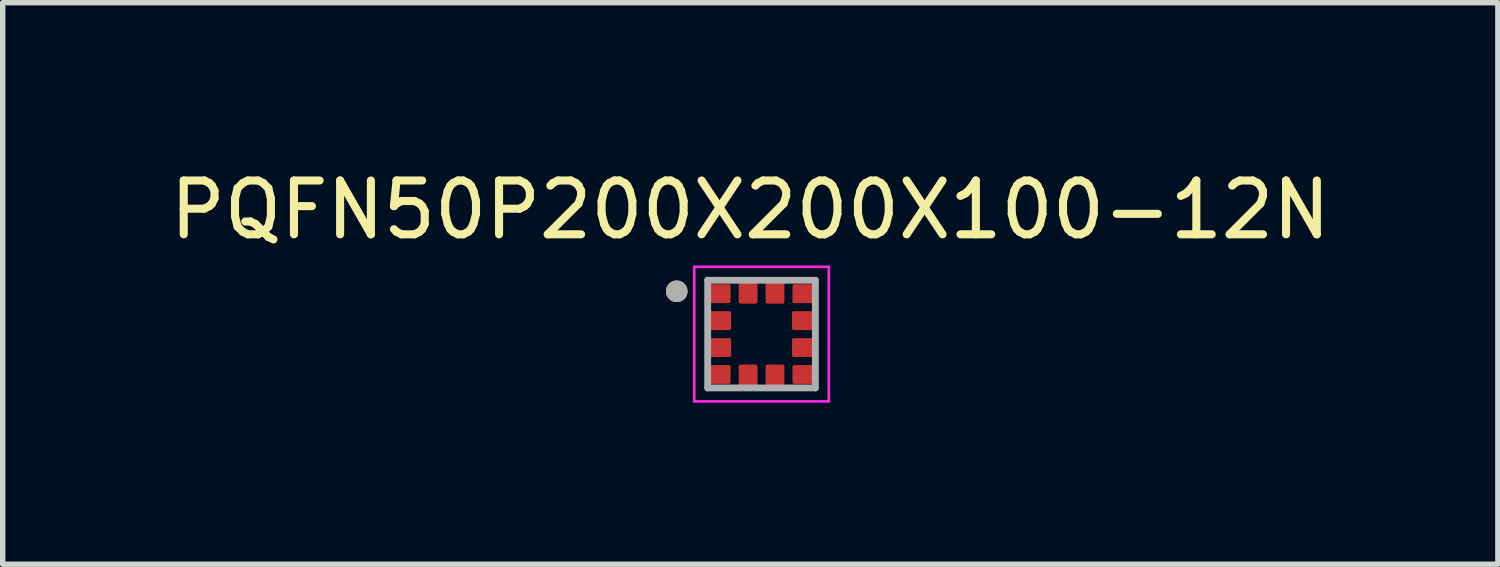
<source format=kicad_pcb>
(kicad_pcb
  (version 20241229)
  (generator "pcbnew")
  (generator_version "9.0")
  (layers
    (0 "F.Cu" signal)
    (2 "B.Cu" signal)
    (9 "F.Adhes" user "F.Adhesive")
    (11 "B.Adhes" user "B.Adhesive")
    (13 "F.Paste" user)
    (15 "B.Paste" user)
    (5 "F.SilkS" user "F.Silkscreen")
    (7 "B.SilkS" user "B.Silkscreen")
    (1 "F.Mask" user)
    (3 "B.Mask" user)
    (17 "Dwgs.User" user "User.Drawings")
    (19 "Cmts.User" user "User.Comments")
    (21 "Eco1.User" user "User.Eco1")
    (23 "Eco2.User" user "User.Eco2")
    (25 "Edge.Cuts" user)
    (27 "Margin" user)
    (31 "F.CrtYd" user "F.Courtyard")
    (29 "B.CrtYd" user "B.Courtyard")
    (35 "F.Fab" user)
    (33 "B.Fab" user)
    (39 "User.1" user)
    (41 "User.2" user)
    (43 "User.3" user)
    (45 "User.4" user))
  (footprint "PQFN50P200X200X100-12N"
    (layer "F.Cu")
    (at 11.096 3.156)
    (property "Reference" "PQFN50P200X200X100-12N" (at -0.209 -2.308 0) (layer "F.SilkS") (effects (font (size 1 1) (thickness 0.15))))
    (attr through_hole)
    (fp_poly (pts (xy -0.625 -0.975) (xy -0.619 -0.974) (xy -0.614 -0.974) (xy -0.608 -0.972) (xy -0.603 -0.971) (xy -0.597 -0.969) (xy -0.592 -0.967) (xy -0.587 -0.965) (xy -0.582 -0.963) (xy -0.577 -0.96) (xy -0.572 -0.957) (xy -0.568 -0.954) (xy -0.563 -0.95) (xy -0.559 -0.946) (xy -0.555 -0.942) (xy -0.551 -0.938) (xy -0.548 -0.934) (xy -0.544 -0.929) (xy -0.541 -0.925) (xy -0.538 -0.92) (xy -0.536 -0.915) (xy -0.533 -0.91) (xy -0.531 -0.904) (xy -0.529 -0.899) (xy -0.528 -0.894) (xy -0.527 -0.888) (xy -0.526 -0.882) (xy -0.525 -0.877) (xy -0.525 -0.871) (xy -0.525 -0.866) (xy -0.525 -0.86) (xy -0.525 -0.64) (xy -0.525 -0.634) (xy -0.525 -0.629) (xy -0.525 -0.623) (xy -0.526 -0.618) (xy -0.527 -0.612) (xy -0.528 -0.606) (xy -0.529 -0.601) (xy -0.531 -0.596) (xy -0.533 -0.59) (xy -0.536 -0.585) (xy -0.538 -0.58) (xy -0.541 -0.575) (xy -0.544 -0.571) (xy -0.548 -0.566) (xy -0.551 -0.562) (xy -0.555 -0.558) (xy -0.559 -0.554) (xy -0.563 -0.55) (xy -0.568 -0.546) (xy -0.572 -0.543) (xy -0.577 -0.54) (xy -0.582 -0.537) (xy -0.587 -0.535) (xy -0.592 -0.533) (xy -0.597 -0.531) (xy -0.603 -0.529) (xy -0.608 -0.528) (xy -0.614 -0.526) (xy -0.619 -0.526) (xy -0.625 -0.525) (xy -0.925 -0.525) (xy -0.931 -0.526) (xy -0.936 -0.526) (xy -0.942 -0.528) (xy -0.947 -0.529) (xy -0.953 -0.531) (xy -0.958 -0.533) (xy -0.963 -0.535) (xy -0.968 -0.537) (xy -0.973 -0.54) (xy -0.978 -0.543) (xy -0.982 -0.546) (xy -0.987 -0.55) (xy -0.991 -0.554) (xy -0.995 -0.558) (xy -0.999 -0.562) (xy -1.002 -0.566) (xy -1.006 -0.571) (xy -1.009 -0.575) (xy -1.012 -0.58) (xy -1.014 -0.585) (xy -1.017 -0.59) (xy -1.019 -0.596) (xy -1.021 -0.601) (xy -1.022 -0.606) (xy -1.023 -0.612) (xy -1.024 -0.618) (xy -1.025 -0.623) (xy -1.025 -0.629) (xy -1.025 -0.634) (xy -1.025 -0.64) (xy -1.025 -0.86) (xy -1.025 -0.866) (xy -1.025 -0.871) (xy -1.025 -0.877) (xy -1.024 -0.882) (xy -1.023 -0.888) (xy -1.022 -0.894) (xy -1.021 -0.899) (xy -1.019 -0.904) (xy -1.017 -0.91) (xy -1.014 -0.915) (xy -1.012 -0.92) (xy -1.009 -0.925) (xy -1.006 -0.929) (xy -1.002 -0.934) (xy -0.999 -0.938) (xy -0.995 -0.942) (xy -0.991 -0.946) (xy -0.987 -0.95) (xy -0.982 -0.954) (xy -0.978 -0.957) (xy -0.973 -0.96) (xy -0.968 -0.963) (xy -0.963 -0.965) (xy -0.958 -0.967) (xy -0.953 -0.969) (xy -0.947 -0.971) (xy -0.942 -0.972) (xy -0.936 -0.974) (xy -0.931 -0.974) (xy -0.925 -0.975) (xy -0.625 -0.975)) (stroke (width 0.01) (type solid)) (fill yes) (layer "F.Mask"))
    (fp_poly (pts (xy -0.625 0.525) (xy -0.619 0.526) (xy -0.614 0.526) (xy -0.608 0.528) (xy -0.603 0.529) (xy -0.597 0.531) (xy -0.592 0.533) (xy -0.587 0.535) (xy -0.582 0.537) (xy -0.577 0.54) (xy -0.572 0.543) (xy -0.568 0.546) (xy -0.563 0.55) (xy -0.559 0.554) (xy -0.555 0.558) (xy -0.551 0.562) (xy -0.548 0.566) (xy -0.544 0.571) (xy -0.541 0.575) (xy -0.538 0.58) (xy -0.536 0.585) (xy -0.533 0.59) (xy -0.531 0.596) (xy -0.529 0.601) (xy -0.528 0.606) (xy -0.527 0.612) (xy -0.526 0.618) (xy -0.525 0.623) (xy -0.525 0.629) (xy -0.525 0.634) (xy -0.525 0.64) (xy -0.525 0.86) (xy -0.525 0.866) (xy -0.525 0.871) (xy -0.525 0.877) (xy -0.526 0.882) (xy -0.527 0.888) (xy -0.528 0.894) (xy -0.529 0.899) (xy -0.531 0.904) (xy -0.533 0.91) (xy -0.536 0.915) (xy -0.538 0.92) (xy -0.541 0.925) (xy -0.544 0.929) (xy -0.548 0.934) (xy -0.551 0.938) (xy -0.555 0.942) (xy -0.559 0.946) (xy -0.563 0.95) (xy -0.568 0.954) (xy -0.572 0.957) (xy -0.577 0.96) (xy -0.582 0.963) (xy -0.587 0.965) (xy -0.592 0.967) (xy -0.597 0.969) (xy -0.603 0.971) (xy -0.608 0.972) (xy -0.614 0.974) (xy -0.619 0.974) (xy -0.625 0.975) (xy -0.925 0.975) (xy -0.931 0.974) (xy -0.936 0.974) (xy -0.942 0.972) (xy -0.947 0.971) (xy -0.953 0.969) (xy -0.958 0.967) (xy -0.963 0.965) (xy -0.968 0.963) (xy -0.973 0.96) (xy -0.978 0.957) (xy -0.982 0.954) (xy -0.987 0.95) (xy -0.991 0.946) (xy -0.995 0.942) (xy -0.999 0.938) (xy -1.002 0.934) (xy -1.006 0.929) (xy -1.009 0.925) (xy -1.012 0.92) (xy -1.014 0.915) (xy -1.017 0.91) (xy -1.019 0.904) (xy -1.021 0.899) (xy -1.022 0.894) (xy -1.023 0.888) (xy -1.024 0.882) (xy -1.025 0.877) (xy -1.025 0.871) (xy -1.025 0.866) (xy -1.025 0.86) (xy -1.025 0.64) (xy -1.025 0.634) (xy -1.025 0.629) (xy -1.025 0.623) (xy -1.024 0.618) (xy -1.023 0.612) (xy -1.022 0.606) (xy -1.021 0.601) (xy -1.019 0.596) (xy -1.017 0.59) (xy -1.014 0.585) (xy -1.012 0.58) (xy -1.009 0.575) (xy -1.006 0.571) (xy -1.002 0.566) (xy -0.999 0.562) (xy -0.995 0.558) (xy -0.991 0.554) (xy -0.987 0.55) (xy -0.982 0.546) (xy -0.978 0.543) (xy -0.973 0.54) (xy -0.968 0.537) (xy -0.963 0.535) (xy -0.958 0.533) (xy -0.953 0.531) (xy -0.947 0.529) (xy -0.942 0.528) (xy -0.936 0.526) (xy -0.931 0.526) (xy -0.925 0.525) (xy -0.625 0.525)) (stroke (width 0.01) (type solid)) (fill yes) (layer "F.Mask"))
    (fp_poly (pts (xy -0.615 -0.475) (xy -0.609 -0.474) (xy -0.604 -0.474) (xy -0.598 -0.472) (xy -0.593 -0.471) (xy -0.587 -0.469) (xy -0.582 -0.467) (xy -0.577 -0.465) (xy -0.572 -0.463) (xy -0.567 -0.46) (xy -0.562 -0.457) (xy -0.558 -0.454) (xy -0.553 -0.45) (xy -0.549 -0.446) (xy -0.545 -0.442) (xy -0.541 -0.438) (xy -0.538 -0.434) (xy -0.534 -0.429) (xy -0.531 -0.425) (xy -0.528 -0.42) (xy -0.526 -0.415) (xy -0.523 -0.41) (xy -0.521 -0.404) (xy -0.519 -0.399) (xy -0.518 -0.394) (xy -0.517 -0.388) (xy -0.516 -0.382) (xy -0.515 -0.377) (xy -0.515 -0.371) (xy -0.515 -0.366) (xy -0.515 -0.36) (xy -0.515 -0.14) (xy -0.515 -0.134) (xy -0.515 -0.129) (xy -0.515 -0.123) (xy -0.516 -0.118) (xy -0.517 -0.112) (xy -0.518 -0.106) (xy -0.519 -0.101) (xy -0.521 -0.096) (xy -0.523 -0.09) (xy -0.526 -0.085) (xy -0.528 -0.08) (xy -0.531 -0.075) (xy -0.534 -0.071) (xy -0.538 -0.066) (xy -0.541 -0.062) (xy -0.545 -0.058) (xy -0.549 -0.054) (xy -0.553 -0.05) (xy -0.558 -0.046) (xy -0.562 -0.043) (xy -0.567 -0.04) (xy -0.572 -0.037) (xy -0.577 -0.035) (xy -0.582 -0.033) (xy -0.587 -0.031) (xy -0.593 -0.029) (xy -0.598 -0.028) (xy -0.604 -0.026) (xy -0.609 -0.026) (xy -0.615 -0.025) (xy -0.915 -0.025) (xy -0.921 -0.026) (xy -0.926 -0.026) (xy -0.932 -0.028) (xy -0.937 -0.029) (xy -0.943 -0.031) (xy -0.948 -0.033) (xy -0.953 -0.035) (xy -0.958 -0.037) (xy -0.963 -0.04) (xy -0.968 -0.043) (xy -0.972 -0.046) (xy -0.977 -0.05) (xy -0.981 -0.054) (xy -0.985 -0.058) (xy -0.989 -0.062) (xy -0.992 -0.066) (xy -0.996 -0.071) (xy -0.999 -0.075) (xy -1.002 -0.08) (xy -1.004 -0.085) (xy -1.007 -0.09) (xy -1.009 -0.096) (xy -1.011 -0.101) (xy -1.012 -0.106) (xy -1.013 -0.112) (xy -1.014 -0.118) (xy -1.015 -0.123) (xy -1.015 -0.129) (xy -1.015 -0.134) (xy -1.015 -0.14) (xy -1.015 -0.36) (xy -1.015 -0.366) (xy -1.015 -0.371) (xy -1.015 -0.377) (xy -1.014 -0.382) (xy -1.013 -0.388) (xy -1.012 -0.394) (xy -1.011 -0.399) (xy -1.009 -0.404) (xy -1.007 -0.41) (xy -1.004 -0.415) (xy -1.002 -0.42) (xy -0.999 -0.425) (xy -0.996 -0.429) (xy -0.992 -0.434) (xy -0.989 -0.438) (xy -0.985 -0.442) (xy -0.981 -0.446) (xy -0.977 -0.45) (xy -0.972 -0.454) (xy -0.968 -0.457) (xy -0.963 -0.46) (xy -0.958 -0.463) (xy -0.953 -0.465) (xy -0.948 -0.467) (xy -0.943 -0.469) (xy -0.937 -0.471) (xy -0.932 -0.472) (xy -0.926 -0.474) (xy -0.921 -0.474) (xy -0.915 -0.475) (xy -0.615 -0.475)) (stroke (width 0.01) (type solid)) (fill yes) (layer "F.Mask"))
    (fp_poly (pts (xy -0.615 0.025) (xy -0.609 0.026) (xy -0.604 0.026) (xy -0.598 0.028) (xy -0.593 0.029) (xy -0.587 0.031) (xy -0.582 0.033) (xy -0.577 0.035) (xy -0.572 0.037) (xy -0.567 0.04) (xy -0.562 0.043) (xy -0.558 0.046) (xy -0.553 0.05) (xy -0.549 0.054) (xy -0.545 0.058) (xy -0.541 0.062) (xy -0.538 0.066) (xy -0.534 0.071) (xy -0.531 0.075) (xy -0.528 0.08) (xy -0.526 0.085) (xy -0.523 0.09) (xy -0.521 0.096) (xy -0.519 0.101) (xy -0.518 0.106) (xy -0.517 0.112) (xy -0.516 0.118) (xy -0.515 0.123) (xy -0.515 0.129) (xy -0.515 0.134) (xy -0.515 0.14) (xy -0.515 0.36) (xy -0.515 0.366) (xy -0.515 0.371) (xy -0.515 0.377) (xy -0.516 0.382) (xy -0.517 0.388) (xy -0.518 0.394) (xy -0.519 0.399) (xy -0.521 0.404) (xy -0.523 0.41) (xy -0.526 0.415) (xy -0.528 0.42) (xy -0.531 0.425) (xy -0.534 0.429) (xy -0.538 0.434) (xy -0.541 0.438) (xy -0.545 0.442) (xy -0.549 0.446) (xy -0.553 0.45) (xy -0.558 0.454) (xy -0.562 0.457) (xy -0.567 0.46) (xy -0.572 0.463) (xy -0.577 0.465) (xy -0.582 0.467) (xy -0.587 0.469) (xy -0.593 0.471) (xy -0.598 0.472) (xy -0.604 0.474) (xy -0.609 0.474) (xy -0.615 0.475) (xy -0.915 0.475) (xy -0.921 0.474) (xy -0.926 0.474) (xy -0.932 0.472) (xy -0.937 0.471) (xy -0.943 0.469) (xy -0.948 0.467) (xy -0.953 0.465) (xy -0.958 0.463) (xy -0.963 0.46) (xy -0.968 0.457) (xy -0.972 0.454) (xy -0.977 0.45) (xy -0.981 0.446) (xy -0.985 0.442) (xy -0.989 0.438) (xy -0.992 0.434) (xy -0.996 0.429) (xy -0.999 0.425) (xy -1.002 0.42) (xy -1.004 0.415) (xy -1.007 0.41) (xy -1.009 0.404) (xy -1.011 0.399) (xy -1.012 0.394) (xy -1.013 0.388) (xy -1.014 0.382) (xy -1.015 0.377) (xy -1.015 0.371) (xy -1.015 0.366) (xy -1.015 0.36) (xy -1.015 0.14) (xy -1.015 0.134) (xy -1.015 0.129) (xy -1.015 0.123) (xy -1.014 0.118) (xy -1.013 0.112) (xy -1.012 0.106) (xy -1.011 0.101) (xy -1.009 0.096) (xy -1.007 0.09) (xy -1.004 0.085) (xy -1.002 0.08) (xy -0.999 0.075) (xy -0.996 0.071) (xy -0.992 0.066) (xy -0.989 0.062) (xy -0.985 0.058) (xy -0.981 0.054) (xy -0.977 0.05) (xy -0.972 0.046) (xy -0.968 0.043) (xy -0.963 0.04) (xy -0.958 0.037) (xy -0.953 0.035) (xy -0.948 0.033) (xy -0.943 0.031) (xy -0.937 0.029) (xy -0.932 0.028) (xy -0.926 0.026) (xy -0.921 0.026) (xy -0.915 0.025) (xy -0.615 0.025)) (stroke (width 0.01) (type solid)) (fill yes) (layer "F.Mask"))
    (fp_poly (pts (xy -0.475 -0.915) (xy -0.474 -0.921) (xy -0.474 -0.926) (xy -0.472 -0.932) (xy -0.471 -0.937) (xy -0.469 -0.943) (xy -0.467 -0.948) (xy -0.465 -0.953) (xy -0.463 -0.958) (xy -0.46 -0.963) (xy -0.457 -0.968) (xy -0.454 -0.972) (xy -0.45 -0.977) (xy -0.446 -0.981) (xy -0.442 -0.985) (xy -0.438 -0.989) (xy -0.434 -0.992) (xy -0.429 -0.996) (xy -0.425 -0.999) (xy -0.42 -1.002) (xy -0.415 -1.004) (xy -0.41 -1.007) (xy -0.404 -1.009) (xy -0.399 -1.011) (xy -0.394 -1.012) (xy -0.388 -1.013) (xy -0.382 -1.014) (xy -0.377 -1.015) (xy -0.371 -1.015) (xy -0.366 -1.015) (xy -0.36 -1.015) (xy -0.14 -1.015) (xy -0.134 -1.015) (xy -0.129 -1.015) (xy -0.123 -1.015) (xy -0.118 -1.014) (xy -0.112 -1.013) (xy -0.106 -1.012) (xy -0.101 -1.011) (xy -0.096 -1.009) (xy -0.09 -1.007) (xy -0.085 -1.004) (xy -0.08 -1.002) (xy -0.075 -0.999) (xy -0.071 -0.996) (xy -0.066 -0.992) (xy -0.062 -0.989) (xy -0.058 -0.985) (xy -0.054 -0.981) (xy -0.05 -0.977) (xy -0.046 -0.972) (xy -0.043 -0.968) (xy -0.04 -0.963) (xy -0.037 -0.958) (xy -0.035 -0.953) (xy -0.033 -0.948) (xy -0.031 -0.943) (xy -0.029 -0.937) (xy -0.028 -0.932) (xy -0.026 -0.926) (xy -0.026 -0.921) (xy -0.025 -0.915) (xy -0.025 -0.615) (xy -0.026 -0.609) (xy -0.026 -0.604) (xy -0.028 -0.598) (xy -0.029 -0.593) (xy -0.031 -0.587) (xy -0.033 -0.582) (xy -0.035 -0.577) (xy -0.037 -0.572) (xy -0.04 -0.567) (xy -0.043 -0.562) (xy -0.046 -0.558) (xy -0.05 -0.553) (xy -0.054 -0.549) (xy -0.058 -0.545) (xy -0.062 -0.541) (xy -0.066 -0.538) (xy -0.071 -0.534) (xy -0.075 -0.531) (xy -0.08 -0.528) (xy -0.085 -0.526) (xy -0.09 -0.523) (xy -0.096 -0.521) (xy -0.101 -0.519) (xy -0.106 -0.518) (xy -0.112 -0.517) (xy -0.118 -0.516) (xy -0.123 -0.515) (xy -0.129 -0.515) (xy -0.134 -0.515) (xy -0.14 -0.515) (xy -0.36 -0.515) (xy -0.366 -0.515) (xy -0.371 -0.515) (xy -0.377 -0.515) (xy -0.382 -0.516) (xy -0.388 -0.517) (xy -0.394 -0.518) (xy -0.399 -0.519) (xy -0.404 -0.521) (xy -0.41 -0.523) (xy -0.415 -0.526) (xy -0.42 -0.528) (xy -0.425 -0.531) (xy -0.429 -0.534) (xy -0.434 -0.538) (xy -0.438 -0.541) (xy -0.442 -0.545) (xy -0.446 -0.549) (xy -0.45 -0.553) (xy -0.454 -0.558) (xy -0.457 -0.562) (xy -0.46 -0.567) (xy -0.463 -0.572) (xy -0.465 -0.577) (xy -0.467 -0.582) (xy -0.469 -0.587) (xy -0.471 -0.593) (xy -0.472 -0.598) (xy -0.474 -0.604) (xy -0.474 -0.609) (xy -0.475 -0.615) (xy -0.475 -0.915)) (stroke (width 0.01) (type solid)) (fill yes) (layer "F.Mask"))
    (fp_poly (pts (xy -0.475 0.615) (xy -0.474 0.609) (xy -0.474 0.604) (xy -0.472 0.598) (xy -0.471 0.593) (xy -0.469 0.587) (xy -0.467 0.582) (xy -0.465 0.577) (xy -0.463 0.572) (xy -0.46 0.567) (xy -0.457 0.562) (xy -0.454 0.558) (xy -0.45 0.553) (xy -0.446 0.549) (xy -0.442 0.545) (xy -0.438 0.541) (xy -0.434 0.538) (xy -0.429 0.534) (xy -0.425 0.531) (xy -0.42 0.528) (xy -0.415 0.526) (xy -0.41 0.523) (xy -0.404 0.521) (xy -0.399 0.519) (xy -0.394 0.518) (xy -0.388 0.517) (xy -0.382 0.516) (xy -0.377 0.515) (xy -0.371 0.515) (xy -0.366 0.515) (xy -0.36 0.515) (xy -0.14 0.515) (xy -0.134 0.515) (xy -0.129 0.515) (xy -0.123 0.515) (xy -0.118 0.516) (xy -0.112 0.517) (xy -0.106 0.518) (xy -0.101 0.519) (xy -0.096 0.521) (xy -0.09 0.523) (xy -0.085 0.526) (xy -0.08 0.528) (xy -0.075 0.531) (xy -0.071 0.534) (xy -0.066 0.538) (xy -0.062 0.541) (xy -0.058 0.545) (xy -0.054 0.549) (xy -0.05 0.553) (xy -0.046 0.558) (xy -0.043 0.562) (xy -0.04 0.567) (xy -0.037 0.572) (xy -0.035 0.577) (xy -0.033 0.582) (xy -0.031 0.587) (xy -0.029 0.593) (xy -0.028 0.598) (xy -0.026 0.604) (xy -0.026 0.609) (xy -0.025 0.615) (xy -0.025 0.915) (xy -0.026 0.921) (xy -0.026 0.926) (xy -0.028 0.932) (xy -0.029 0.937) (xy -0.031 0.943) (xy -0.033 0.948) (xy -0.035 0.953) (xy -0.037 0.958) (xy -0.04 0.963) (xy -0.043 0.968) (xy -0.046 0.972) (xy -0.05 0.977) (xy -0.054 0.981) (xy -0.058 0.985) (xy -0.062 0.989) (xy -0.066 0.992) (xy -0.071 0.996) (xy -0.075 0.999) (xy -0.08 1.002) (xy -0.085 1.004) (xy -0.09 1.007) (xy -0.096 1.009) (xy -0.101 1.011) (xy -0.106 1.012) (xy -0.112 1.013) (xy -0.118 1.014) (xy -0.123 1.015) (xy -0.129 1.015) (xy -0.134 1.015) (xy -0.14 1.015) (xy -0.36 1.015) (xy -0.366 1.015) (xy -0.371 1.015) (xy -0.377 1.015) (xy -0.382 1.014) (xy -0.388 1.013) (xy -0.394 1.012) (xy -0.399 1.011) (xy -0.404 1.009) (xy -0.41 1.007) (xy -0.415 1.004) (xy -0.42 1.002) (xy -0.425 0.999) (xy -0.429 0.996) (xy -0.434 0.992) (xy -0.438 0.989) (xy -0.442 0.985) (xy -0.446 0.981) (xy -0.45 0.977) (xy -0.454 0.972) (xy -0.457 0.968) (xy -0.46 0.963) (xy -0.463 0.958) (xy -0.465 0.953) (xy -0.467 0.948) (xy -0.469 0.943) (xy -0.471 0.937) (xy -0.472 0.932) (xy -0.474 0.926) (xy -0.474 0.921) (xy -0.475 0.915) (xy -0.475 0.615)) (stroke (width 0.01) (type solid)) (fill yes) (layer "F.Mask"))
    (fp_poly (pts (xy 0.025 -0.915) (xy 0.026 -0.921) (xy 0.026 -0.926) (xy 0.028 -0.932) (xy 0.029 -0.937) (xy 0.031 -0.943) (xy 0.033 -0.948) (xy 0.035 -0.953) (xy 0.037 -0.958) (xy 0.04 -0.963) (xy 0.043 -0.968) (xy 0.046 -0.972) (xy 0.05 -0.977) (xy 0.054 -0.981) (xy 0.058 -0.985) (xy 0.062 -0.989) (xy 0.066 -0.992) (xy 0.071 -0.996) (xy 0.075 -0.999) (xy 0.08 -1.002) (xy 0.085 -1.004) (xy 0.09 -1.007) (xy 0.096 -1.009) (xy 0.101 -1.011) (xy 0.106 -1.012) (xy 0.112 -1.013) (xy 0.118 -1.014) (xy 0.123 -1.015) (xy 0.129 -1.015) (xy 0.134 -1.015) (xy 0.14 -1.015) (xy 0.36 -1.015) (xy 0.366 -1.015) (xy 0.371 -1.015) (xy 0.377 -1.015) (xy 0.382 -1.014) (xy 0.388 -1.013) (xy 0.394 -1.012) (xy 0.399 -1.011) (xy 0.404 -1.009) (xy 0.41 -1.007) (xy 0.415 -1.004) (xy 0.42 -1.002) (xy 0.425 -0.999) (xy 0.429 -0.996) (xy 0.434 -0.992) (xy 0.438 -0.989) (xy 0.442 -0.985) (xy 0.446 -0.981) (xy 0.45 -0.977) (xy 0.454 -0.972) (xy 0.457 -0.968) (xy 0.46 -0.963) (xy 0.463 -0.958) (xy 0.465 -0.953) (xy 0.467 -0.948) (xy 0.469 -0.943) (xy 0.471 -0.937) (xy 0.472 -0.932) (xy 0.474 -0.926) (xy 0.474 -0.921) (xy 0.475 -0.915) (xy 0.475 -0.615) (xy 0.474 -0.609) (xy 0.474 -0.604) (xy 0.472 -0.598) (xy 0.471 -0.593) (xy 0.469 -0.587) (xy 0.467 -0.582) (xy 0.465 -0.577) (xy 0.463 -0.572) (xy 0.46 -0.567) (xy 0.457 -0.562) (xy 0.454 -0.558) (xy 0.45 -0.553) (xy 0.446 -0.549) (xy 0.442 -0.545) (xy 0.438 -0.541) (xy 0.434 -0.538) (xy 0.429 -0.534) (xy 0.425 -0.531) (xy 0.42 -0.528) (xy 0.415 -0.526) (xy 0.41 -0.523) (xy 0.404 -0.521) (xy 0.399 -0.519) (xy 0.394 -0.518) (xy 0.388 -0.517) (xy 0.382 -0.516) (xy 0.377 -0.515) (xy 0.371 -0.515) (xy 0.366 -0.515) (xy 0.36 -0.515) (xy 0.14 -0.515) (xy 0.134 -0.515) (xy 0.129 -0.515) (xy 0.123 -0.515) (xy 0.118 -0.516) (xy 0.112 -0.517) (xy 0.106 -0.518) (xy 0.101 -0.519) (xy 0.096 -0.521) (xy 0.09 -0.523) (xy 0.085 -0.526) (xy 0.08 -0.528) (xy 0.075 -0.531) (xy 0.071 -0.534) (xy 0.066 -0.538) (xy 0.062 -0.541) (xy 0.058 -0.545) (xy 0.054 -0.549) (xy 0.05 -0.553) (xy 0.046 -0.558) (xy 0.043 -0.562) (xy 0.04 -0.567) (xy 0.037 -0.572) (xy 0.035 -0.577) (xy 0.033 -0.582) (xy 0.031 -0.587) (xy 0.029 -0.593) (xy 0.028 -0.598) (xy 0.026 -0.604) (xy 0.026 -0.609) (xy 0.025 -0.615) (xy 0.025 -0.915)) (stroke (width 0.01) (type solid)) (fill yes) (layer "F.Mask"))
    (fp_poly (pts (xy 0.025 0.615) (xy 0.026 0.609) (xy 0.026 0.604) (xy 0.028 0.598) (xy 0.029 0.593) (xy 0.031 0.587) (xy 0.033 0.582) (xy 0.035 0.577) (xy 0.037 0.572) (xy 0.04 0.567) (xy 0.043 0.562) (xy 0.046 0.558) (xy 0.05 0.553) (xy 0.054 0.549) (xy 0.058 0.545) (xy 0.062 0.541) (xy 0.066 0.538) (xy 0.071 0.534) (xy 0.075 0.531) (xy 0.08 0.528) (xy 0.085 0.526) (xy 0.09 0.523) (xy 0.096 0.521) (xy 0.101 0.519) (xy 0.106 0.518) (xy 0.112 0.517) (xy 0.118 0.516) (xy 0.123 0.515) (xy 0.129 0.515) (xy 0.134 0.515) (xy 0.14 0.515) (xy 0.36 0.515) (xy 0.366 0.515) (xy 0.371 0.515) (xy 0.377 0.515) (xy 0.382 0.516) (xy 0.388 0.517) (xy 0.394 0.518) (xy 0.399 0.519) (xy 0.404 0.521) (xy 0.41 0.523) (xy 0.415 0.526) (xy 0.42 0.528) (xy 0.425 0.531) (xy 0.429 0.534) (xy 0.434 0.538) (xy 0.438 0.541) (xy 0.442 0.545) (xy 0.446 0.549) (xy 0.45 0.553) (xy 0.454 0.558) (xy 0.457 0.562) (xy 0.46 0.567) (xy 0.463 0.572) (xy 0.465 0.577) (xy 0.467 0.582) (xy 0.469 0.587) (xy 0.471 0.593) (xy 0.472 0.598) (xy 0.474 0.604) (xy 0.474 0.609) (xy 0.475 0.615) (xy 0.475 0.915) (xy 0.474 0.921) (xy 0.474 0.926) (xy 0.472 0.932) (xy 0.471 0.937) (xy 0.469 0.943) (xy 0.467 0.948) (xy 0.465 0.953) (xy 0.463 0.958) (xy 0.46 0.963) (xy 0.457 0.968) (xy 0.454 0.972) (xy 0.45 0.977) (xy 0.446 0.981) (xy 0.442 0.985) (xy 0.438 0.989) (xy 0.434 0.992) (xy 0.429 0.996) (xy 0.425 0.999) (xy 0.42 1.002) (xy 0.415 1.004) (xy 0.41 1.007) (xy 0.404 1.009) (xy 0.399 1.011) (xy 0.394 1.012) (xy 0.388 1.013) (xy 0.382 1.014) (xy 0.377 1.015) (xy 0.371 1.015) (xy 0.366 1.015) (xy 0.36 1.015) (xy 0.14 1.015) (xy 0.134 1.015) (xy 0.129 1.015) (xy 0.123 1.015) (xy 0.118 1.014) (xy 0.112 1.013) (xy 0.106 1.012) (xy 0.101 1.011) (xy 0.096 1.009) (xy 0.09 1.007) (xy 0.085 1.004) (xy 0.08 1.002) (xy 0.075 0.999) (xy 0.071 0.996) (xy 0.066 0.992) (xy 0.062 0.989) (xy 0.058 0.985) (xy 0.054 0.981) (xy 0.05 0.977) (xy 0.046 0.972) (xy 0.043 0.968) (xy 0.04 0.963) (xy 0.037 0.958) (xy 0.035 0.953) (xy 0.033 0.948) (xy 0.031 0.943) (xy 0.029 0.937) (xy 0.028 0.932) (xy 0.026 0.926) (xy 0.026 0.921) (xy 0.025 0.915) (xy 0.025 0.615)) (stroke (width 0.01) (type solid)) (fill yes) (layer "F.Mask"))
    (fp_poly (pts (xy 0.915 -0.475) (xy 0.921 -0.474) (xy 0.926 -0.474) (xy 0.932 -0.472) (xy 0.937 -0.471) (xy 0.943 -0.469) (xy 0.948 -0.467) (xy 0.953 -0.465) (xy 0.958 -0.463) (xy 0.963 -0.46) (xy 0.968 -0.457) (xy 0.972 -0.454) (xy 0.977 -0.45) (xy 0.981 -0.446) (xy 0.985 -0.442) (xy 0.989 -0.438) (xy 0.992 -0.434) (xy 0.996 -0.429) (xy 0.999 -0.425) (xy 1.002 -0.42) (xy 1.004 -0.415) (xy 1.007 -0.41) (xy 1.009 -0.404) (xy 1.011 -0.399) (xy 1.012 -0.394) (xy 1.013 -0.388) (xy 1.014 -0.382) (xy 1.015 -0.377) (xy 1.015 -0.371) (xy 1.015 -0.366) (xy 1.015 -0.36) (xy 1.015 -0.14) (xy 1.015 -0.134) (xy 1.015 -0.129) (xy 1.015 -0.123) (xy 1.014 -0.118) (xy 1.013 -0.112) (xy 1.012 -0.106) (xy 1.011 -0.101) (xy 1.009 -0.096) (xy 1.007 -0.09) (xy 1.004 -0.085) (xy 1.002 -0.08) (xy 0.999 -0.075) (xy 0.996 -0.071) (xy 0.992 -0.066) (xy 0.989 -0.062) (xy 0.985 -0.058) (xy 0.981 -0.054) (xy 0.977 -0.05) (xy 0.972 -0.046) (xy 0.968 -0.043) (xy 0.963 -0.04) (xy 0.958 -0.037) (xy 0.953 -0.035) (xy 0.948 -0.033) (xy 0.943 -0.031) (xy 0.937 -0.029) (xy 0.932 -0.028) (xy 0.926 -0.026) (xy 0.921 -0.026) (xy 0.915 -0.025) (xy 0.615 -0.025) (xy 0.609 -0.026) (xy 0.604 -0.026) (xy 0.598 -0.028) (xy 0.593 -0.029) (xy 0.587 -0.031) (xy 0.582 -0.033) (xy 0.577 -0.035) (xy 0.572 -0.037) (xy 0.567 -0.04) (xy 0.562 -0.043) (xy 0.558 -0.046) (xy 0.553 -0.05) (xy 0.549 -0.054) (xy 0.545 -0.058) (xy 0.541 -0.062) (xy 0.538 -0.066) (xy 0.534 -0.071) (xy 0.531 -0.075) (xy 0.528 -0.08) (xy 0.526 -0.085) (xy 0.523 -0.09) (xy 0.521 -0.096) (xy 0.519 -0.101) (xy 0.518 -0.106) (xy 0.517 -0.112) (xy 0.516 -0.118) (xy 0.515 -0.123) (xy 0.515 -0.129) (xy 0.515 -0.134) (xy 0.515 -0.14) (xy 0.515 -0.36) (xy 0.515 -0.366) (xy 0.515 -0.371) (xy 0.515 -0.377) (xy 0.516 -0.382) (xy 0.517 -0.388) (xy 0.518 -0.394) (xy 0.519 -0.399) (xy 0.521 -0.404) (xy 0.523 -0.41) (xy 0.526 -0.415) (xy 0.528 -0.42) (xy 0.531 -0.425) (xy 0.534 -0.429) (xy 0.538 -0.434) (xy 0.541 -0.438) (xy 0.545 -0.442) (xy 0.549 -0.446) (xy 0.553 -0.45) (xy 0.558 -0.454) (xy 0.562 -0.457) (xy 0.567 -0.46) (xy 0.572 -0.463) (xy 0.577 -0.465) (xy 0.582 -0.467) (xy 0.587 -0.469) (xy 0.593 -0.471) (xy 0.598 -0.472) (xy 0.604 -0.474) (xy 0.609 -0.474) (xy 0.615 -0.475) (xy 0.915 -0.475)) (stroke (width 0.01) (type solid)) (fill yes) (layer "F.Mask"))
    (fp_poly (pts (xy 0.915 0.025) (xy 0.921 0.026) (xy 0.926 0.026) (xy 0.932 0.028) (xy 0.937 0.029) (xy 0.943 0.031) (xy 0.948 0.033) (xy 0.953 0.035) (xy 0.958 0.037) (xy 0.963 0.04) (xy 0.968 0.043) (xy 0.972 0.046) (xy 0.977 0.05) (xy 0.981 0.054) (xy 0.985 0.058) (xy 0.989 0.062) (xy 0.992 0.066) (xy 0.996 0.071) (xy 0.999 0.075) (xy 1.002 0.08) (xy 1.004 0.085) (xy 1.007 0.09) (xy 1.009 0.096) (xy 1.011 0.101) (xy 1.012 0.106) (xy 1.013 0.112) (xy 1.014 0.118) (xy 1.015 0.123) (xy 1.015 0.129) (xy 1.015 0.134) (xy 1.015 0.14) (xy 1.015 0.36) (xy 1.015 0.366) (xy 1.015 0.371) (xy 1.015 0.377) (xy 1.014 0.382) (xy 1.013 0.388) (xy 1.012 0.394) (xy 1.011 0.399) (xy 1.009 0.404) (xy 1.007 0.41) (xy 1.004 0.415) (xy 1.002 0.42) (xy 0.999 0.425) (xy 0.996 0.429) (xy 0.992 0.434) (xy 0.989 0.438) (xy 0.985 0.442) (xy 0.981 0.446) (xy 0.977 0.45) (xy 0.972 0.454) (xy 0.968 0.457) (xy 0.963 0.46) (xy 0.958 0.463) (xy 0.953 0.465) (xy 0.948 0.467) (xy 0.943 0.469) (xy 0.937 0.471) (xy 0.932 0.472) (xy 0.926 0.474) (xy 0.921 0.474) (xy 0.915 0.475) (xy 0.615 0.475) (xy 0.609 0.474) (xy 0.604 0.474) (xy 0.598 0.472) (xy 0.593 0.471) (xy 0.587 0.469) (xy 0.582 0.467) (xy 0.577 0.465) (xy 0.572 0.463) (xy 0.567 0.46) (xy 0.562 0.457) (xy 0.558 0.454) (xy 0.553 0.45) (xy 0.549 0.446) (xy 0.545 0.442) (xy 0.541 0.438) (xy 0.538 0.434) (xy 0.534 0.429) (xy 0.531 0.425) (xy 0.528 0.42) (xy 0.526 0.415) (xy 0.523 0.41) (xy 0.521 0.404) (xy 0.519 0.399) (xy 0.518 0.394) (xy 0.517 0.388) (xy 0.516 0.382) (xy 0.515 0.377) (xy 0.515 0.371) (xy 0.515 0.366) (xy 0.515 0.36) (xy 0.515 0.14) (xy 0.515 0.134) (xy 0.515 0.129) (xy 0.515 0.123) (xy 0.516 0.118) (xy 0.517 0.112) (xy 0.518 0.106) (xy 0.519 0.101) (xy 0.521 0.096) (xy 0.523 0.09) (xy 0.526 0.085) (xy 0.528 0.08) (xy 0.531 0.075) (xy 0.534 0.071) (xy 0.538 0.066) (xy 0.541 0.062) (xy 0.545 0.058) (xy 0.549 0.054) (xy 0.553 0.05) (xy 0.558 0.046) (xy 0.562 0.043) (xy 0.567 0.04) (xy 0.572 0.037) (xy 0.577 0.035) (xy 0.582 0.033) (xy 0.587 0.031) (xy 0.593 0.029) (xy 0.598 0.028) (xy 0.604 0.026) (xy 0.609 0.026) (xy 0.615 0.025) (xy 0.915 0.025)) (stroke (width 0.01) (type solid)) (fill yes) (layer "F.Mask"))
    (fp_poly (pts (xy 0.925 -0.975) (xy 0.931 -0.974) (xy 0.936 -0.974) (xy 0.942 -0.972) (xy 0.947 -0.971) (xy 0.953 -0.969) (xy 0.958 -0.967) (xy 0.963 -0.965) (xy 0.968 -0.963) (xy 0.973 -0.96) (xy 0.978 -0.957) (xy 0.982 -0.954) (xy 0.987 -0.95) (xy 0.991 -0.946) (xy 0.995 -0.942) (xy 0.999 -0.938) (xy 1.002 -0.934) (xy 1.006 -0.929) (xy 1.009 -0.925) (xy 1.012 -0.92) (xy 1.014 -0.915) (xy 1.017 -0.91) (xy 1.019 -0.904) (xy 1.021 -0.899) (xy 1.022 -0.894) (xy 1.023 -0.888) (xy 1.024 -0.882) (xy 1.025 -0.877) (xy 1.025 -0.871) (xy 1.025 -0.866) (xy 1.025 -0.86) (xy 1.025 -0.64) (xy 1.025 -0.634) (xy 1.025 -0.629) (xy 1.025 -0.623) (xy 1.024 -0.618) (xy 1.023 -0.612) (xy 1.022 -0.606) (xy 1.021 -0.601) (xy 1.019 -0.596) (xy 1.017 -0.59) (xy 1.014 -0.585) (xy 1.012 -0.58) (xy 1.009 -0.575) (xy 1.006 -0.571) (xy 1.002 -0.566) (xy 0.999 -0.562) (xy 0.995 -0.558) (xy 0.991 -0.554) (xy 0.987 -0.55) (xy 0.982 -0.546) (xy 0.978 -0.543) (xy 0.973 -0.54) (xy 0.968 -0.537) (xy 0.963 -0.535) (xy 0.958 -0.533) (xy 0.953 -0.531) (xy 0.947 -0.529) (xy 0.942 -0.528) (xy 0.936 -0.526) (xy 0.931 -0.526) (xy 0.925 -0.525) (xy 0.625 -0.525) (xy 0.619 -0.526) (xy 0.614 -0.526) (xy 0.608 -0.528) (xy 0.603 -0.529) (xy 0.597 -0.531) (xy 0.592 -0.533) (xy 0.587 -0.535) (xy 0.582 -0.537) (xy 0.577 -0.54) (xy 0.572 -0.543) (xy 0.568 -0.546) (xy 0.563 -0.55) (xy 0.559 -0.554) (xy 0.555 -0.558) (xy 0.551 -0.562) (xy 0.548 -0.566) (xy 0.544 -0.571) (xy 0.541 -0.575) (xy 0.538 -0.58) (xy 0.536 -0.585) (xy 0.533 -0.59) (xy 0.531 -0.596) (xy 0.529 -0.601) (xy 0.528 -0.606) (xy 0.527 -0.612) (xy 0.526 -0.618) (xy 0.525 -0.623) (xy 0.525 -0.629) (xy 0.525 -0.634) (xy 0.525 -0.64) (xy 0.525 -0.86) (xy 0.525 -0.866) (xy 0.525 -0.871) (xy 0.525 -0.877) (xy 0.526 -0.882) (xy 0.527 -0.888) (xy 0.528 -0.894) (xy 0.529 -0.899) (xy 0.531 -0.904) (xy 0.533 -0.91) (xy 0.536 -0.915) (xy 0.538 -0.92) (xy 0.541 -0.925) (xy 0.544 -0.929) (xy 0.548 -0.934) (xy 0.551 -0.938) (xy 0.555 -0.942) (xy 0.559 -0.946) (xy 0.563 -0.95) (xy 0.568 -0.954) (xy 0.572 -0.957) (xy 0.577 -0.96) (xy 0.582 -0.963) (xy 0.587 -0.965) (xy 0.592 -0.967) (xy 0.597 -0.969) (xy 0.603 -0.971) (xy 0.608 -0.972) (xy 0.614 -0.974) (xy 0.619 -0.974) (xy 0.625 -0.975) (xy 0.925 -0.975)) (stroke (width 0.01) (type solid)) (fill yes) (layer "F.Mask"))
    (fp_poly (pts (xy 0.925 0.525) (xy 0.931 0.526) (xy 0.936 0.526) (xy 0.942 0.528) (xy 0.947 0.529) (xy 0.953 0.531) (xy 0.958 0.533) (xy 0.963 0.535) (xy 0.968 0.537) (xy 0.973 0.54) (xy 0.978 0.543) (xy 0.982 0.546) (xy 0.987 0.55) (xy 0.991 0.554) (xy 0.995 0.558) (xy 0.999 0.562) (xy 1.002 0.566) (xy 1.006 0.571) (xy 1.009 0.575) (xy 1.012 0.58) (xy 1.014 0.585) (xy 1.017 0.59) (xy 1.019 0.596) (xy 1.021 0.601) (xy 1.022 0.606) (xy 1.023 0.612) (xy 1.024 0.618) (xy 1.025 0.623) (xy 1.025 0.629) (xy 1.025 0.634) (xy 1.025 0.64) (xy 1.025 0.86) (xy 1.025 0.866) (xy 1.025 0.871) (xy 1.025 0.877) (xy 1.024 0.882) (xy 1.023 0.888) (xy 1.022 0.894) (xy 1.021 0.899) (xy 1.019 0.904) (xy 1.017 0.91) (xy 1.014 0.915) (xy 1.012 0.92) (xy 1.009 0.925) (xy 1.006 0.929) (xy 1.002 0.934) (xy 0.999 0.938) (xy 0.995 0.942) (xy 0.991 0.946) (xy 0.987 0.95) (xy 0.982 0.954) (xy 0.978 0.957) (xy 0.973 0.96) (xy 0.968 0.963) (xy 0.963 0.965) (xy 0.958 0.967) (xy 0.953 0.969) (xy 0.947 0.971) (xy 0.942 0.972) (xy 0.936 0.974) (xy 0.931 0.974) (xy 0.925 0.975) (xy 0.625 0.975) (xy 0.619 0.974) (xy 0.614 0.974) (xy 0.608 0.972) (xy 0.603 0.971) (xy 0.597 0.969) (xy 0.592 0.967) (xy 0.587 0.965) (xy 0.582 0.963) (xy 0.577 0.96) (xy 0.572 0.957) (xy 0.568 0.954) (xy 0.563 0.95) (xy 0.559 0.946) (xy 0.555 0.942) (xy 0.551 0.938) (xy 0.548 0.934) (xy 0.544 0.929) (xy 0.541 0.925) (xy 0.538 0.92) (xy 0.536 0.915) (xy 0.533 0.91) (xy 0.531 0.904) (xy 0.529 0.899) (xy 0.528 0.894) (xy 0.527 0.888) (xy 0.526 0.882) (xy 0.525 0.877) (xy 0.525 0.871) (xy 0.525 0.866) (xy 0.525 0.86) (xy 0.525 0.64) (xy 0.525 0.634) (xy 0.525 0.629) (xy 0.525 0.623) (xy 0.526 0.618) (xy 0.527 0.612) (xy 0.528 0.606) (xy 0.529 0.601) (xy 0.531 0.596) (xy 0.533 0.59) (xy 0.536 0.585) (xy 0.538 0.58) (xy 0.541 0.575) (xy 0.544 0.571) (xy 0.548 0.566) (xy 0.551 0.562) (xy 0.555 0.558) (xy 0.559 0.554) (xy 0.563 0.55) (xy 0.568 0.546) (xy 0.572 0.543) (xy 0.577 0.54) (xy 0.582 0.537) (xy 0.587 0.535) (xy 0.592 0.533) (xy 0.597 0.531) (xy 0.603 0.529) (xy 0.608 0.528) (xy 0.614 0.526) (xy 0.619 0.526) (xy 0.625 0.525) (xy 0.925 0.525)) (stroke (width 0.01) (type solid)) (fill yes) (layer "F.Mask"))
    (fp_circle (center -1.575 -0.795) (end -1.475 -0.795) (stroke (width 0.2) (type solid)) (fill no) (layer "F.SilkS"))
    (fp_line (start -1.25 -1.25) (end -1.25 1.25) (stroke (width 0.05) (type solid)) (layer "F.CrtYd"))
    (fp_line (start -1.25 -1.25) (end 1.25 -1.25) (stroke (width 0.05) (type solid)) (layer "F.CrtYd"))
    (fp_line (start -1.25 1.25) (end 1.25 1.25) (stroke (width 0.05) (type solid)) (layer "F.CrtYd"))
    (fp_line (start 1.25 -1.25) (end 1.25 1.25) (stroke (width 0.05) (type solid)) (layer "F.CrtYd"))
    (fp_line (start -1 -1) (end -1 1) (stroke (width 0.127) (type solid)) (layer "F.Fab"))
    (fp_line (start -1 -1) (end 1 -1) (stroke (width 0.127) (type solid)) (layer "F.Fab"))
    (fp_line (start -1 1) (end 1 1) (stroke (width 0.127) (type solid)) (layer "F.Fab"))
    (fp_line (start 1 -1) (end 1 1) (stroke (width 0.127) (type solid)) (layer "F.Fab"))
    (fp_circle (center -1.575 -0.795) (end -1.475 -0.795) (stroke (width 0.2) (type solid)) (fill no) (layer "F.Fab"))
    (pad "1" smd roundrect (at -0.775 -0.75) (size 0.4 0.35) (layers "F.Cu" "F.Paste") (roundrect_rratio 0.09))
    (pad "2" smd roundrect (at -0.765 -0.25) (size 0.4 0.35) (layers "F.Cu" "F.Paste") (roundrect_rratio 0.09))
    (pad "3" smd roundrect (at -0.765 0.25) (size 0.4 0.35) (layers "F.Cu" "F.Paste") (roundrect_rratio 0.09))
    (pad "4" smd roundrect (at -0.775 0.75) (size 0.4 0.35) (layers "F.Cu" "F.Paste") (roundrect_rratio 0.09))
    (pad "5" smd roundrect (at -0.25 0.765) (size 0.35 0.4) (layers "F.Cu" "F.Paste") (roundrect_rratio 0.1))
    (pad "6" smd roundrect (at 0.25 0.765) (size 0.35 0.4) (layers "F.Cu" "F.Paste") (roundrect_rratio 0.1))
    (pad "7" smd roundrect (at 0.775 0.75) (size 0.4 0.35) (layers "F.Cu" "F.Paste") (roundrect_rratio 0.09))
    (pad "8" smd roundrect (at 0.765 0.25) (size 0.4 0.35) (layers "F.Cu" "F.Paste") (roundrect_rratio 0.09))
    (pad "9" smd roundrect (at 0.765 -0.25) (size 0.4 0.35) (layers "F.Cu" "F.Paste") (roundrect_rratio 0.09))
    (pad "10" smd roundrect (at 0.775 -0.75) (size 0.4 0.35) (layers "F.Cu" "F.Paste") (roundrect_rratio 0.09))
    (pad "11" smd roundrect (at 0.25 -0.765) (size 0.35 0.4) (layers "F.Cu" "F.Paste") (roundrect_rratio 0.1))
    (pad "12" smd roundrect (at -0.25 -0.765) (size 0.35 0.4) (layers "F.Cu" "F.Paste") (roundrect_rratio 0.1)))
  (gr_rect
    (start -3 -3)
    (end 24.774 7.431)
    (stroke (width 0.1) (type default))
    (fill no)
    (layer "Edge.Cuts")))
</source>
